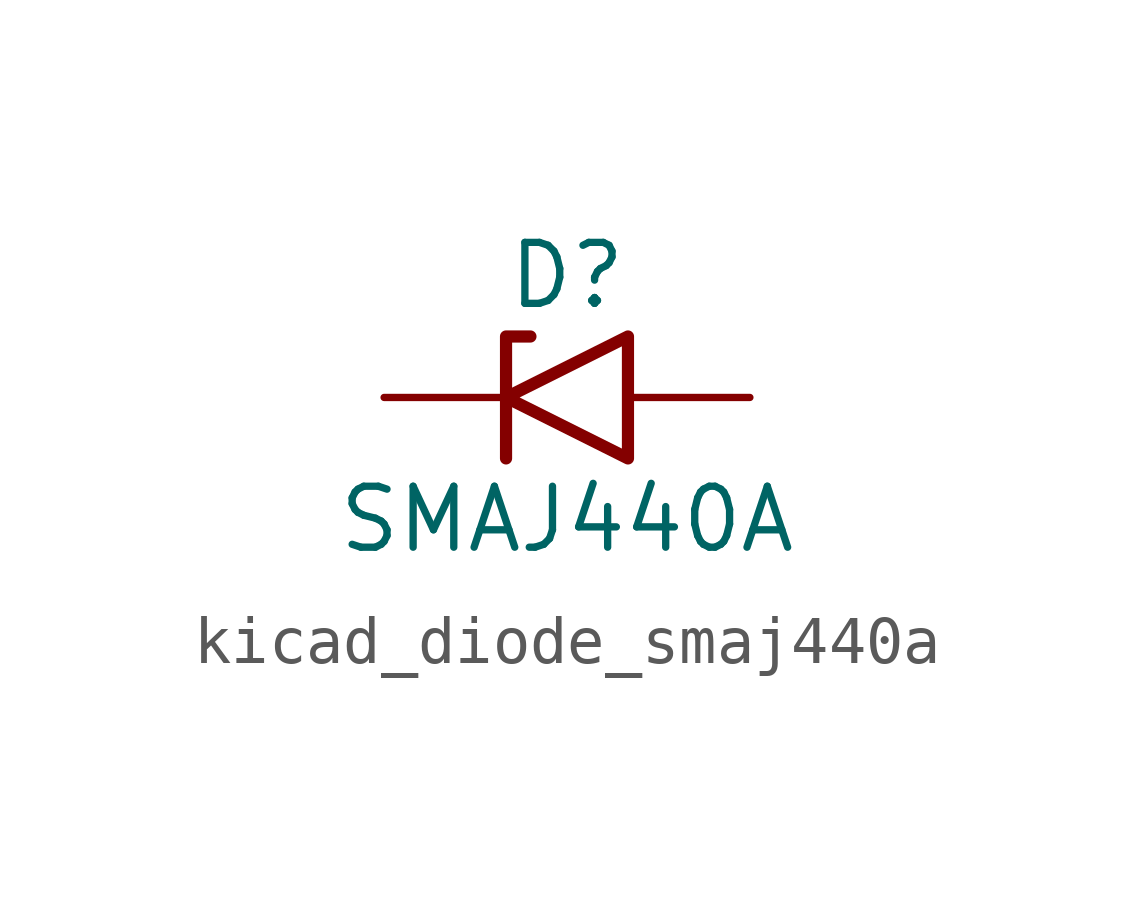
<source format=kicad_sym>
(kicad_symbol_lib
  (version 20220914)
  (generator kicad_symbol_editor)
  (symbol "kicad_diode_smaj440a"
    (pin_numbers hide)
    (pin_names
      (offset 1.016) hide)
    (property "Reference" "D"
      (at 0 2.54 0)
      (effects (font (size 1.27 1.27))))
    (property "Value" "SMAJ440A"
      (at 0 -2.54 0)
      (effects (font (size 1.27 1.27))))
    (symbol "kicad_diode_smaj440a_0_1"
      (polyline (pts (xy -0.762 1.27) (xy -1.27 1.27) (xy -1.27 -1.27)) (stroke (width 0.254) (type default)) (fill (type none)))
      (polyline (pts (xy 1.27 1.27) (xy 1.27 -1.27) (xy -1.27 0) (xy 1.27 1.27)) (stroke (width 0.254) (type default)) (fill (type none))))
    (symbol "kicad_diode_smaj440a_1_1"
      (pin passive line (at -3.81 0 0) (length 2.54) (name "A1" (effects (font (size 1.27 1.27)))) (number "1" (effects (font (size 1.27 1.27)))))
      (pin passive line (at 3.81 0 180) (length 2.54) (name "A2" (effects (font (size 1.27 1.27)))) (number "2" (effects (font (size 1.27 1.27))))))))
</source>
